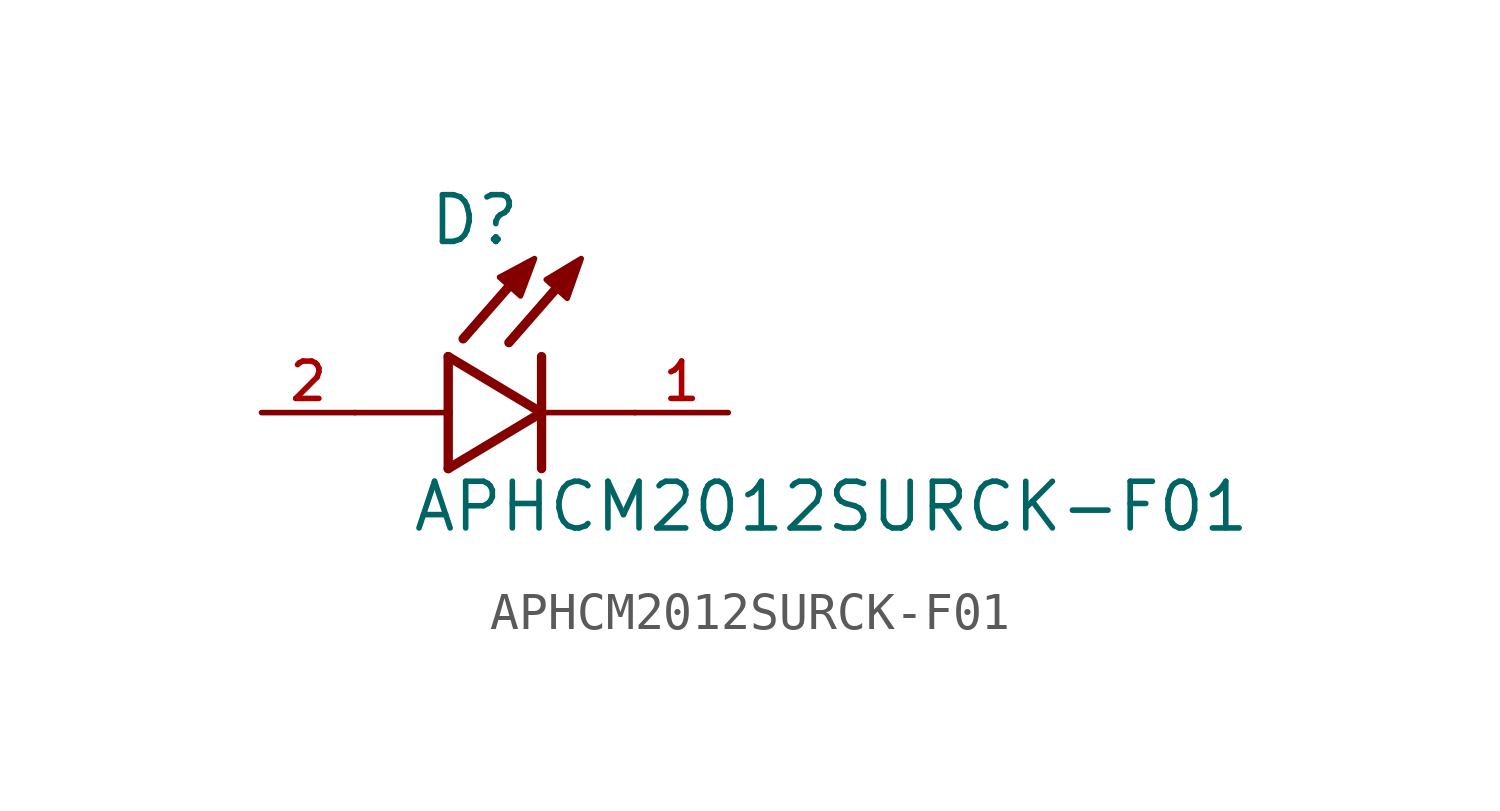
<source format=kicad_sym>
(kicad_symbol_lib
  (version 20211014)
  (generator kicad_symbol_editor)
  (symbol "APHCM2012SURCK-F01"
    (pin_names
      (offset 1.016))
    (property "Reference" "D"
      (at -3.099 4.496 0)
      (effects (font (size 1.27 1.27)) (justify bottom left)))
    (property "Value" "APHCM2012SURCK-F01"
      (at -3.556 -3.302 0)
      (effects (font (size 1.27 1.27)) (justify bottom left)))
    (symbol "APHCM2012SURCK-F01_0_0"
      (polyline (pts (xy -2.54 1.524) (xy -2.54 0.0)) (stroke (width 0.254)))
      (polyline (pts (xy -2.54 0.0) (xy -2.54 -1.524)) (stroke (width 0.254)))
      (polyline (pts (xy -2.54 -1.524) (xy 0.0 0.0)) (stroke (width 0.254)))
      (polyline (pts (xy 0.0 0.0) (xy -2.54 1.524)) (stroke (width 0.254)))
      (polyline (pts (xy 0.0 1.524) (xy 0.0 0.0)) (stroke (width 0.254)))
      (polyline (pts (xy 0.0 0.0) (xy 0.0 -1.524)) (stroke (width 0.254)))
      (polyline (pts (xy -2.54 0.0) (xy -5.08 0.0)) (stroke (width 0.152)))
      (polyline (pts (xy 0.889 3.937) (xy -0.889 1.905)) (stroke (width 0.254)))
      (polyline (pts (xy -0.356 4.039) (xy -2.134 2.007)) (stroke (width 0.254)))
      (polyline (pts (xy 2.54 0.0) (xy 0.0 0.0)) (stroke (width 0.152)))
      (polyline (pts (xy -1.143 3.683) (xy -0.572 3.175) (xy -0.191 4.191) (xy -1.143 3.683)) (stroke (width 0.152)) (fill (type outline)))
      (polyline (pts (xy 0.127 3.619) (xy 0.699 3.111) (xy 1.079 4.191) (xy 0.127 3.619)) (stroke (width 0.152)) (fill (type outline)))
      (pin passive line (at 5.08 0.0 180.0) (length 2.54) (name "~" (effects (font (size 1.016 1.016)))) (number "1" (effects (font (size 1.016 1.016)))))
      (pin passive line (at -7.62 0.0 0) (length 2.54) (name "~" (effects (font (size 1.016 1.016)))) (number "2" (effects (font (size 1.016 1.016))))))))
</source>
